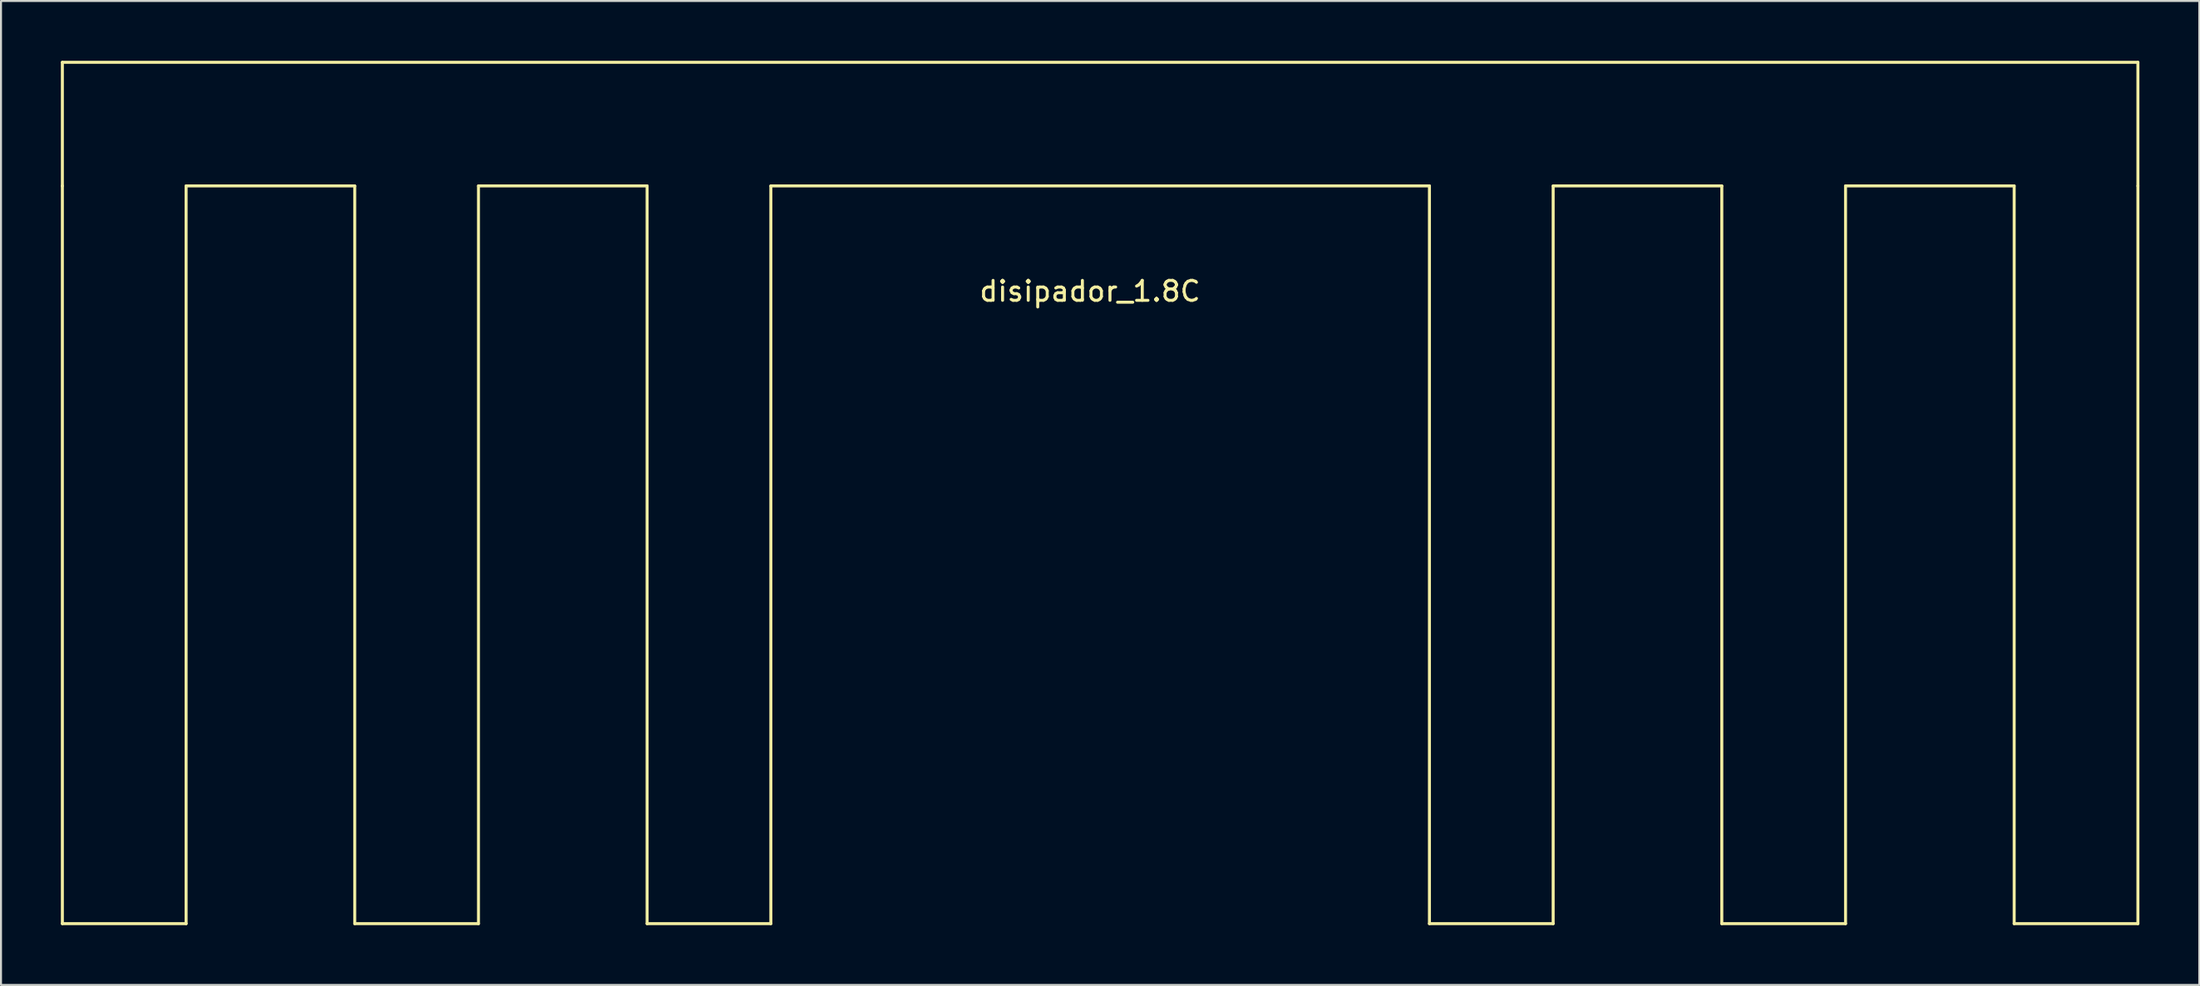
<source format=kicad_pcb>
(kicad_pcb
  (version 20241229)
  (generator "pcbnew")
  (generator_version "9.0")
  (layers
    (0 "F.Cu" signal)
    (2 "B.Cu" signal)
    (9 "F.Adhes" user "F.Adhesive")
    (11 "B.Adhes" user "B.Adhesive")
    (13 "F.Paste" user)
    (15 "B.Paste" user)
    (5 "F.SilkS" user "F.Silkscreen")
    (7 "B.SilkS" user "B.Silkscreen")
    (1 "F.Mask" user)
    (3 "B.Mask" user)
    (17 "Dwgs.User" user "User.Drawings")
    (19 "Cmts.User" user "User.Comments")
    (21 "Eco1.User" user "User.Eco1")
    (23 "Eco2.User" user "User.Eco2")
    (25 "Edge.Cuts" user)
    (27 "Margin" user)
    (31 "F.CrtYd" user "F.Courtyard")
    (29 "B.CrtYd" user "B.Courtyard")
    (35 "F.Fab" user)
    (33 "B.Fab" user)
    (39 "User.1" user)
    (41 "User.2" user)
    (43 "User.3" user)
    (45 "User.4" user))
  (footprint "disipador_1.8C"
    (layer "F.Cu")
    (at 52.075 3.175)
    (property "Reference" "disipador_1.8C" (at -0.508 8.382 0) (layer "F.SilkS") (effects (font (size 1 1) (thickness 0.15))))
    (attr through_hole)
    (fp_line (start -52 -3.1) (end -52 3.1) (stroke (width 0.15) (type solid)) (layer "F.SilkS"))
    (fp_line (start -52 -3.1) (end 52 -3.1) (stroke (width 0.15) (type solid)) (layer "F.SilkS"))
    (fp_line (start -52 3.1) (end -52 40.1) (stroke (width 0.15) (type solid)) (layer "F.SilkS"))
    (fp_line (start -52 40.1) (end -45.8 40.1) (stroke (width 0.15) (type solid)) (layer "F.SilkS"))
    (fp_line (start -45.8 3.1) (end -45.8 40.1) (stroke (width 0.15) (type solid)) (layer "F.SilkS"))
    (fp_line (start -45.8 3.1) (end -37.35 3.1) (stroke (width 0.15) (type solid)) (layer "F.SilkS"))
    (fp_line (start -37.35 3.1) (end -37.35 40.1) (stroke (width 0.15) (type solid)) (layer "F.SilkS"))
    (fp_line (start -37.35 40.1) (end -31.15 40.1) (stroke (width 0.15) (type solid)) (layer "F.SilkS"))
    (fp_line (start -31.15 3.1) (end -31.15 40.1) (stroke (width 0.15) (type solid)) (layer "F.SilkS"))
    (fp_line (start -31.15 3.1) (end -22.7 3.1) (stroke (width 0.15) (type solid)) (layer "F.SilkS"))
    (fp_line (start -22.7 3.1) (end -22.7 40.1) (stroke (width 0.15) (type solid)) (layer "F.SilkS"))
    (fp_line (start -16.5 3.1) (end -16.5 40.1) (stroke (width 0.15) (type solid)) (layer "F.SilkS"))
    (fp_line (start -16.5 3.1) (end 16.5 3.1) (stroke (width 0.15) (type solid)) (layer "F.SilkS"))
    (fp_line (start -16.5 40.1) (end -22.7 40.1) (stroke (width 0.15) (type solid)) (layer "F.SilkS"))
    (fp_line (start 16.5 3.1) (end 16.5 40.1) (stroke (width 0.15) (type solid)) (layer "F.SilkS"))
    (fp_line (start 16.5 40.1) (end 22.7 40.1) (stroke (width 0.15) (type solid)) (layer "F.SilkS"))
    (fp_line (start 22.7 3.1) (end 22.7 40.1) (stroke (width 0.15) (type solid)) (layer "F.SilkS"))
    (fp_line (start 22.7 3.1) (end 31.15 3.1) (stroke (width 0.15) (type solid)) (layer "F.SilkS"))
    (fp_line (start 31.15 3.1) (end 31.15 40.1) (stroke (width 0.15) (type solid)) (layer "F.SilkS"))
    (fp_line (start 31.15 40.1) (end 37.35 40.1) (stroke (width 0.15) (type solid)) (layer "F.SilkS"))
    (fp_line (start 37.35 3.1) (end 37.35 40.1) (stroke (width 0.15) (type solid)) (layer "F.SilkS"))
    (fp_line (start 37.35 3.1) (end 45.8 3.1) (stroke (width 0.15) (type solid)) (layer "F.SilkS"))
    (fp_line (start 45.8 3.1) (end 45.8 40.1) (stroke (width 0.15) (type solid)) (layer "F.SilkS"))
    (fp_line (start 45.8 40.1) (end 52 40.1) (stroke (width 0.15) (type solid)) (layer "F.SilkS"))
    (fp_line (start 52 -3.1) (end 52 3.1) (stroke (width 0.15) (type solid)) (layer "F.SilkS"))
    (fp_line (start 52 3.1) (end 52 40.1) (stroke (width 0.15) (type solid)) (layer "F.SilkS")))
  (gr_rect
    (start -3 -3)
    (end 107.15 46.35)
    (stroke (width 0.1) (type default))
    (fill no)
    (layer "Edge.Cuts")))
</source>
